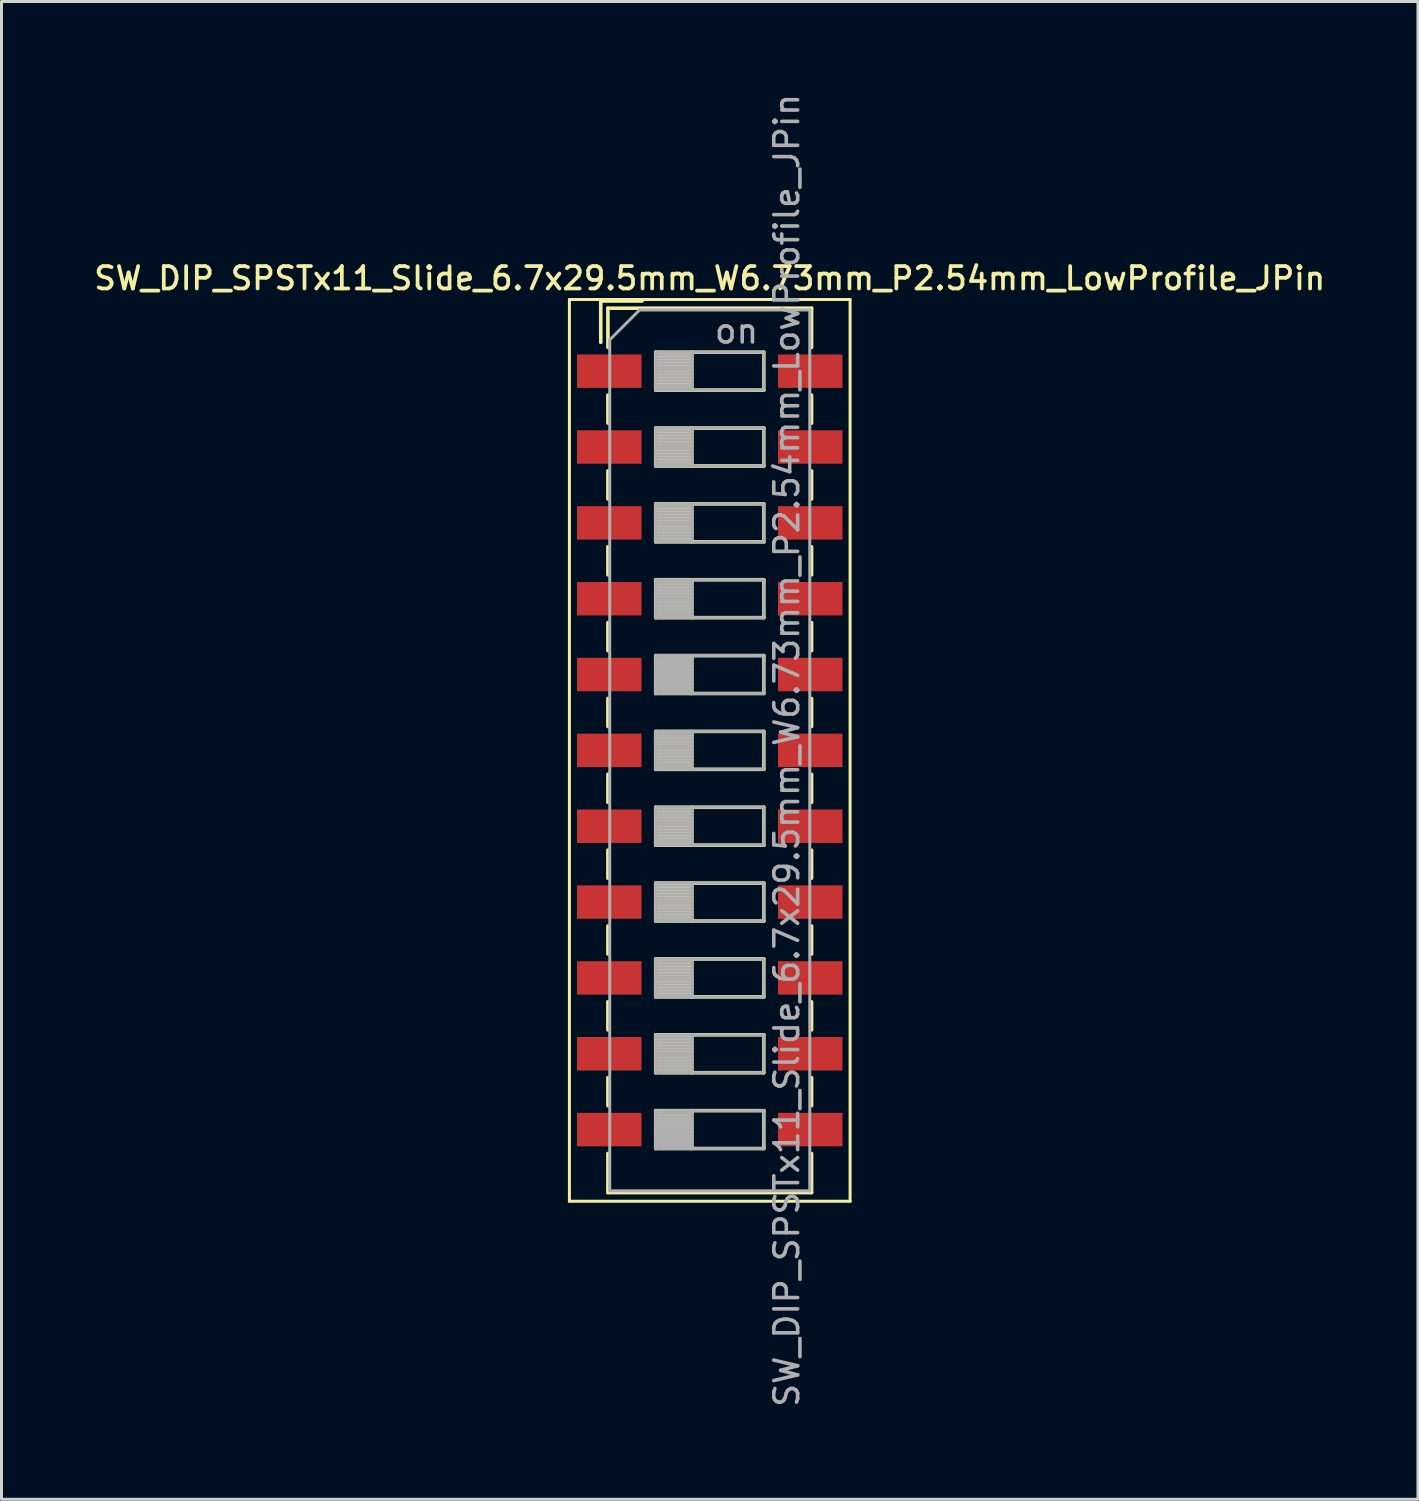
<source format=kicad_pcb>
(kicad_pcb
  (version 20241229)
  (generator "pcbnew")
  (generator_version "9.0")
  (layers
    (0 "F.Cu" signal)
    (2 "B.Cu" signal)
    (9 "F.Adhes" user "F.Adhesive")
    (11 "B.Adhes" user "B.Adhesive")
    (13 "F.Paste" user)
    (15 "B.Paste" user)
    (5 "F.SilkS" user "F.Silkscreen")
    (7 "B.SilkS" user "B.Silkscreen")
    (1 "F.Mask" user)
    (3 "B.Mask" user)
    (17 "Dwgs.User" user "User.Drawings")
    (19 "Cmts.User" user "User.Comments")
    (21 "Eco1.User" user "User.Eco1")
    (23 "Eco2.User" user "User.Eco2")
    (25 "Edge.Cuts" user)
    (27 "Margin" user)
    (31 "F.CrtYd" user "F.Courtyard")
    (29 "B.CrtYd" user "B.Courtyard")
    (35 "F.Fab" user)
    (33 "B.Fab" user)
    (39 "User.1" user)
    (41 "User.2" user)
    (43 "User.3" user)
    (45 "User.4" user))
  (footprint "SW_DIP_SPSTx11_Slide_6.7x29.5mm_W6.73mm_P2.54mm_LowProfile_JPin"
    (layer "F.Cu")
    (at 20.72 22.081)
    (property "Reference" "SW_DIP_SPSTx11_Slide_6.7x29.5mm_W6.73mm_P2.54mm_LowProfile_JPin" (at 0 -15.81 0) (layer "F.SilkS") (effects (font (size 0.75 0.75) (thickness 0.125))))
    (attr smd)
    (fp_line (start -4.7 -15.1) (end -4.7 15.1) (stroke (width 0.1) (type solid)) (layer "F.SilkS"))
    (fp_line (start -4.7 15.1) (end 4.7 15.1) (stroke (width 0.1) (type solid)) (layer "F.SilkS"))
    (fp_line (start -3.65 -15.05) (end -3.65 -13.667) (stroke (width 0.12) (type solid)) (layer "F.SilkS"))
    (fp_line (start -3.65 -15.05) (end -2.267 -15.05) (stroke (width 0.12) (type solid)) (layer "F.SilkS"))
    (fp_line (start -3.41 -14.81) (end -3.41 -13.5) (stroke (width 0.12) (type solid)) (layer "F.SilkS"))
    (fp_line (start -3.41 -14.81) (end 3.41 -14.81) (stroke (width 0.12) (type solid)) (layer "F.SilkS"))
    (fp_line (start -3.41 -11.9) (end -3.41 -10.96) (stroke (width 0.12) (type solid)) (layer "F.SilkS"))
    (fp_line (start -3.41 -9.36) (end -3.41 -8.42) (stroke (width 0.12) (type solid)) (layer "F.SilkS"))
    (fp_line (start -3.41 -6.82) (end -3.41 -5.88) (stroke (width 0.12) (type solid)) (layer "F.SilkS"))
    (fp_line (start -3.41 -4.28) (end -3.41 -3.34) (stroke (width 0.12) (type solid)) (layer "F.SilkS"))
    (fp_line (start -3.41 -1.74) (end -3.41 -0.8) (stroke (width 0.12) (type solid)) (layer "F.SilkS"))
    (fp_line (start -3.41 0.8) (end -3.41 1.74) (stroke (width 0.12) (type solid)) (layer "F.SilkS"))
    (fp_line (start -3.41 3.34) (end -3.41 4.28) (stroke (width 0.12) (type solid)) (layer "F.SilkS"))
    (fp_line (start -3.41 5.88) (end -3.41 6.82) (stroke (width 0.12) (type solid)) (layer "F.SilkS"))
    (fp_line (start -3.41 8.42) (end -3.41 9.36) (stroke (width 0.12) (type solid)) (layer "F.SilkS"))
    (fp_line (start -3.41 10.96) (end -3.41 11.9) (stroke (width 0.12) (type solid)) (layer "F.SilkS"))
    (fp_line (start -3.41 13.5) (end -3.41 14.81) (stroke (width 0.12) (type solid)) (layer "F.SilkS"))
    (fp_line (start -3.41 14.81) (end 3.41 14.81) (stroke (width 0.12) (type solid)) (layer "F.SilkS"))
    (fp_line (start -1.81 -13.335) (end -1.81 -12.065) (stroke (width 0.12) (type solid)) (layer "F.SilkS"))
    (fp_line (start -1.81 -13.215) (end -0.603 -13.215) (stroke (width 0.12) (type solid)) (layer "F.SilkS"))
    (fp_line (start -1.81 -13.095) (end -0.603 -13.095) (stroke (width 0.12) (type solid)) (layer "F.SilkS"))
    (fp_line (start -1.81 -12.975) (end -0.603 -12.975) (stroke (width 0.12) (type solid)) (layer "F.SilkS"))
    (fp_line (start -1.81 -12.855) (end -0.603 -12.855) (stroke (width 0.12) (type solid)) (layer "F.SilkS"))
    (fp_line (start -1.81 -12.735) (end -0.603 -12.735) (stroke (width 0.12) (type solid)) (layer "F.SilkS"))
    (fp_line (start -1.81 -12.615) (end -0.603 -12.615) (stroke (width 0.12) (type solid)) (layer "F.SilkS"))
    (fp_line (start -1.81 -12.495) (end -0.603 -12.495) (stroke (width 0.12) (type solid)) (layer "F.SilkS"))
    (fp_line (start -1.81 -12.375) (end -0.603 -12.375) (stroke (width 0.12) (type solid)) (layer "F.SilkS"))
    (fp_line (start -1.81 -12.255) (end -0.603 -12.255) (stroke (width 0.12) (type solid)) (layer "F.SilkS"))
    (fp_line (start -1.81 -12.135) (end -0.603 -12.135) (stroke (width 0.12) (type solid)) (layer "F.SilkS"))
    (fp_line (start -1.81 -12.065) (end 1.81 -12.065) (stroke (width 0.12) (type solid)) (layer "F.SilkS"))
    (fp_line (start -1.81 -10.795) (end -1.81 -9.525) (stroke (width 0.12) (type solid)) (layer "F.SilkS"))
    (fp_line (start -1.81 -10.675) (end -0.603 -10.675) (stroke (width 0.12) (type solid)) (layer "F.SilkS"))
    (fp_line (start -1.81 -10.555) (end -0.603 -10.555) (stroke (width 0.12) (type solid)) (layer "F.SilkS"))
    (fp_line (start -1.81 -10.435) (end -0.603 -10.435) (stroke (width 0.12) (type solid)) (layer "F.SilkS"))
    (fp_line (start -1.81 -10.315) (end -0.603 -10.315) (stroke (width 0.12) (type solid)) (layer "F.SilkS"))
    (fp_line (start -1.81 -10.195) (end -0.603 -10.195) (stroke (width 0.12) (type solid)) (layer "F.SilkS"))
    (fp_line (start -1.81 -10.075) (end -0.603 -10.075) (stroke (width 0.12) (type solid)) (layer "F.SilkS"))
    (fp_line (start -1.81 -9.955) (end -0.603 -9.955) (stroke (width 0.12) (type solid)) (layer "F.SilkS"))
    (fp_line (start -1.81 -9.835) (end -0.603 -9.835) (stroke (width 0.12) (type solid)) (layer "F.SilkS"))
    (fp_line (start -1.81 -9.715) (end -0.603 -9.715) (stroke (width 0.12) (type solid)) (layer "F.SilkS"))
    (fp_line (start -1.81 -9.595) (end -0.603 -9.595) (stroke (width 0.12) (type solid)) (layer "F.SilkS"))
    (fp_line (start -1.81 -9.525) (end 1.81 -9.525) (stroke (width 0.12) (type solid)) (layer "F.SilkS"))
    (fp_line (start -1.81 -8.255) (end -1.81 -6.985) (stroke (width 0.12) (type solid)) (layer "F.SilkS"))
    (fp_line (start -1.81 -8.135) (end -0.603 -8.135) (stroke (width 0.12) (type solid)) (layer "F.SilkS"))
    (fp_line (start -1.81 -8.015) (end -0.603 -8.015) (stroke (width 0.12) (type solid)) (layer "F.SilkS"))
    (fp_line (start -1.81 -7.895) (end -0.603 -7.895) (stroke (width 0.12) (type solid)) (layer "F.SilkS"))
    (fp_line (start -1.81 -7.775) (end -0.603 -7.775) (stroke (width 0.12) (type solid)) (layer "F.SilkS"))
    (fp_line (start -1.81 -7.655) (end -0.603 -7.655) (stroke (width 0.12) (type solid)) (layer "F.SilkS"))
    (fp_line (start -1.81 -7.535) (end -0.603 -7.535) (stroke (width 0.12) (type solid)) (layer "F.SilkS"))
    (fp_line (start -1.81 -7.415) (end -0.603 -7.415) (stroke (width 0.12) (type solid)) (layer "F.SilkS"))
    (fp_line (start -1.81 -7.295) (end -0.603 -7.295) (stroke (width 0.12) (type solid)) (layer "F.SilkS"))
    (fp_line (start -1.81 -7.175) (end -0.603 -7.175) (stroke (width 0.12) (type solid)) (layer "F.SilkS"))
    (fp_line (start -1.81 -7.055) (end -0.603 -7.055) (stroke (width 0.12) (type solid)) (layer "F.SilkS"))
    (fp_line (start -1.81 -6.985) (end 1.81 -6.985) (stroke (width 0.12) (type solid)) (layer "F.SilkS"))
    (fp_line (start -1.81 -5.715) (end -1.81 -4.445) (stroke (width 0.12) (type solid)) (layer "F.SilkS"))
    (fp_line (start -1.81 -5.595) (end -0.603 -5.595) (stroke (width 0.12) (type solid)) (layer "F.SilkS"))
    (fp_line (start -1.81 -5.475) (end -0.603 -5.475) (stroke (width 0.12) (type solid)) (layer "F.SilkS"))
    (fp_line (start -1.81 -5.355) (end -0.603 -5.355) (stroke (width 0.12) (type solid)) (layer "F.SilkS"))
    (fp_line (start -1.81 -5.235) (end -0.603 -5.235) (stroke (width 0.12) (type solid)) (layer "F.SilkS"))
    (fp_line (start -1.81 -5.115) (end -0.603 -5.115) (stroke (width 0.12) (type solid)) (layer "F.SilkS"))
    (fp_line (start -1.81 -4.995) (end -0.603 -4.995) (stroke (width 0.12) (type solid)) (layer "F.SilkS"))
    (fp_line (start -1.81 -4.875) (end -0.603 -4.875) (stroke (width 0.12) (type solid)) (layer "F.SilkS"))
    (fp_line (start -1.81 -4.755) (end -0.603 -4.755) (stroke (width 0.12) (type solid)) (layer "F.SilkS"))
    (fp_line (start -1.81 -4.635) (end -0.603 -4.635) (stroke (width 0.12) (type solid)) (layer "F.SilkS"))
    (fp_line (start -1.81 -4.515) (end -0.603 -4.515) (stroke (width 0.12) (type solid)) (layer "F.SilkS"))
    (fp_line (start -1.81 -4.445) (end 1.81 -4.445) (stroke (width 0.12) (type solid)) (layer "F.SilkS"))
    (fp_line (start -1.81 -3.175) (end -1.81 -1.905) (stroke (width 0.12) (type solid)) (layer "F.SilkS"))
    (fp_line (start -1.81 -3.055) (end -0.603 -3.055) (stroke (width 0.12) (type solid)) (layer "F.SilkS"))
    (fp_line (start -1.81 -2.935) (end -0.603 -2.935) (stroke (width 0.12) (type solid)) (layer "F.SilkS"))
    (fp_line (start -1.81 -2.815) (end -0.603 -2.815) (stroke (width 0.12) (type solid)) (layer "F.SilkS"))
    (fp_line (start -1.81 -2.695) (end -0.603 -2.695) (stroke (width 0.12) (type solid)) (layer "F.SilkS"))
    (fp_line (start -1.81 -2.575) (end -0.603 -2.575) (stroke (width 0.12) (type solid)) (layer "F.SilkS"))
    (fp_line (start -1.81 -2.455) (end -0.603 -2.455) (stroke (width 0.12) (type solid)) (layer "F.SilkS"))
    (fp_line (start -1.81 -2.335) (end -0.603 -2.335) (stroke (width 0.12) (type solid)) (layer "F.SilkS"))
    (fp_line (start -1.81 -2.215) (end -0.603 -2.215) (stroke (width 0.12) (type solid)) (layer "F.SilkS"))
    (fp_line (start -1.81 -2.095) (end -0.603 -2.095) (stroke (width 0.12) (type solid)) (layer "F.SilkS"))
    (fp_line (start -1.81 -1.975) (end -0.603 -1.975) (stroke (width 0.12) (type solid)) (layer "F.SilkS"))
    (fp_line (start -1.81 -1.905) (end 1.81 -1.905) (stroke (width 0.12) (type solid)) (layer "F.SilkS"))
    (fp_line (start -1.81 -0.635) (end -1.81 0.635) (stroke (width 0.12) (type solid)) (layer "F.SilkS"))
    (fp_line (start -1.81 -0.515) (end -0.603 -0.515) (stroke (width 0.12) (type solid)) (layer "F.SilkS"))
    (fp_line (start -1.81 -0.395) (end -0.603 -0.395) (stroke (width 0.12) (type solid)) (layer "F.SilkS"))
    (fp_line (start -1.81 -0.275) (end -0.603 -0.275) (stroke (width 0.12) (type solid)) (layer "F.SilkS"))
    (fp_line (start -1.81 -0.155) (end -0.603 -0.155) (stroke (width 0.12) (type solid)) (layer "F.SilkS"))
    (fp_line (start -1.81 -0.035) (end -0.603 -0.035) (stroke (width 0.12) (type solid)) (layer "F.SilkS"))
    (fp_line (start -1.81 0.085) (end -0.603 0.085) (stroke (width 0.12) (type solid)) (layer "F.SilkS"))
    (fp_line (start -1.81 0.205) (end -0.603 0.205) (stroke (width 0.12) (type solid)) (layer "F.SilkS"))
    (fp_line (start -1.81 0.325) (end -0.603 0.325) (stroke (width 0.12) (type solid)) (layer "F.SilkS"))
    (fp_line (start -1.81 0.445) (end -0.603 0.445) (stroke (width 0.12) (type solid)) (layer "F.SilkS"))
    (fp_line (start -1.81 0.565) (end -0.603 0.565) (stroke (width 0.12) (type solid)) (layer "F.SilkS"))
    (fp_line (start -1.81 0.635) (end 1.81 0.635) (stroke (width 0.12) (type solid)) (layer "F.SilkS"))
    (fp_line (start -1.81 1.905) (end -1.81 3.175) (stroke (width 0.12) (type solid)) (layer "F.SilkS"))
    (fp_line (start -1.81 2.025) (end -0.603 2.025) (stroke (width 0.12) (type solid)) (layer "F.SilkS"))
    (fp_line (start -1.81 2.145) (end -0.603 2.145) (stroke (width 0.12) (type solid)) (layer "F.SilkS"))
    (fp_line (start -1.81 2.265) (end -0.603 2.265) (stroke (width 0.12) (type solid)) (layer "F.SilkS"))
    (fp_line (start -1.81 2.385) (end -0.603 2.385) (stroke (width 0.12) (type solid)) (layer "F.SilkS"))
    (fp_line (start -1.81 2.505) (end -0.603 2.505) (stroke (width 0.12) (type solid)) (layer "F.SilkS"))
    (fp_line (start -1.81 2.625) (end -0.603 2.625) (stroke (width 0.12) (type solid)) (layer "F.SilkS"))
    (fp_line (start -1.81 2.745) (end -0.603 2.745) (stroke (width 0.12) (type solid)) (layer "F.SilkS"))
    (fp_line (start -1.81 2.865) (end -0.603 2.865) (stroke (width 0.12) (type solid)) (layer "F.SilkS"))
    (fp_line (start -1.81 2.985) (end -0.603 2.985) (stroke (width 0.12) (type solid)) (layer "F.SilkS"))
    (fp_line (start -1.81 3.105) (end -0.603 3.105) (stroke (width 0.12) (type solid)) (layer "F.SilkS"))
    (fp_line (start -1.81 3.175) (end 1.81 3.175) (stroke (width 0.12) (type solid)) (layer "F.SilkS"))
    (fp_line (start -1.81 4.445) (end -1.81 5.715) (stroke (width 0.12) (type solid)) (layer "F.SilkS"))
    (fp_line (start -1.81 4.565) (end -0.603 4.565) (stroke (width 0.12) (type solid)) (layer "F.SilkS"))
    (fp_line (start -1.81 4.685) (end -0.603 4.685) (stroke (width 0.12) (type solid)) (layer "F.SilkS"))
    (fp_line (start -1.81 4.805) (end -0.603 4.805) (stroke (width 0.12) (type solid)) (layer "F.SilkS"))
    (fp_line (start -1.81 4.925) (end -0.603 4.925) (stroke (width 0.12) (type solid)) (layer "F.SilkS"))
    (fp_line (start -1.81 5.045) (end -0.603 5.045) (stroke (width 0.12) (type solid)) (layer "F.SilkS"))
    (fp_line (start -1.81 5.165) (end -0.603 5.165) (stroke (width 0.12) (type solid)) (layer "F.SilkS"))
    (fp_line (start -1.81 5.285) (end -0.603 5.285) (stroke (width 0.12) (type solid)) (layer "F.SilkS"))
    (fp_line (start -1.81 5.405) (end -0.603 5.405) (stroke (width 0.12) (type solid)) (layer "F.SilkS"))
    (fp_line (start -1.81 5.525) (end -0.603 5.525) (stroke (width 0.12) (type solid)) (layer "F.SilkS"))
    (fp_line (start -1.81 5.645) (end -0.603 5.645) (stroke (width 0.12) (type solid)) (layer "F.SilkS"))
    (fp_line (start -1.81 5.715) (end 1.81 5.715) (stroke (width 0.12) (type solid)) (layer "F.SilkS"))
    (fp_line (start -1.81 6.985) (end -1.81 8.255) (stroke (width 0.12) (type solid)) (layer "F.SilkS"))
    (fp_line (start -1.81 7.105) (end -0.603 7.105) (stroke (width 0.12) (type solid)) (layer "F.SilkS"))
    (fp_line (start -1.81 7.225) (end -0.603 7.225) (stroke (width 0.12) (type solid)) (layer "F.SilkS"))
    (fp_line (start -1.81 7.345) (end -0.603 7.345) (stroke (width 0.12) (type solid)) (layer "F.SilkS"))
    (fp_line (start -1.81 7.465) (end -0.603 7.465) (stroke (width 0.12) (type solid)) (layer "F.SilkS"))
    (fp_line (start -1.81 7.585) (end -0.603 7.585) (stroke (width 0.12) (type solid)) (layer "F.SilkS"))
    (fp_line (start -1.81 7.705) (end -0.603 7.705) (stroke (width 0.12) (type solid)) (layer "F.SilkS"))
    (fp_line (start -1.81 7.825) (end -0.603 7.825) (stroke (width 0.12) (type solid)) (layer "F.SilkS"))
    (fp_line (start -1.81 7.945) (end -0.603 7.945) (stroke (width 0.12) (type solid)) (layer "F.SilkS"))
    (fp_line (start -1.81 8.065) (end -0.603 8.065) (stroke (width 0.12) (type solid)) (layer "F.SilkS"))
    (fp_line (start -1.81 8.185) (end -0.603 8.185) (stroke (width 0.12) (type solid)) (layer "F.SilkS"))
    (fp_line (start -1.81 8.255) (end 1.81 8.255) (stroke (width 0.12) (type solid)) (layer "F.SilkS"))
    (fp_line (start -1.81 9.525) (end -1.81 10.795) (stroke (width 0.12) (type solid)) (layer "F.SilkS"))
    (fp_line (start -1.81 9.645) (end -0.603 9.645) (stroke (width 0.12) (type solid)) (layer "F.SilkS"))
    (fp_line (start -1.81 9.765) (end -0.603 9.765) (stroke (width 0.12) (type solid)) (layer "F.SilkS"))
    (fp_line (start -1.81 9.885) (end -0.603 9.885) (stroke (width 0.12) (type solid)) (layer "F.SilkS"))
    (fp_line (start -1.81 10.005) (end -0.603 10.005) (stroke (width 0.12) (type solid)) (layer "F.SilkS"))
    (fp_line (start -1.81 10.125) (end -0.603 10.125) (stroke (width 0.12) (type solid)) (layer "F.SilkS"))
    (fp_line (start -1.81 10.245) (end -0.603 10.245) (stroke (width 0.12) (type solid)) (layer "F.SilkS"))
    (fp_line (start -1.81 10.365) (end -0.603 10.365) (stroke (width 0.12) (type solid)) (layer "F.SilkS"))
    (fp_line (start -1.81 10.485) (end -0.603 10.485) (stroke (width 0.12) (type solid)) (layer "F.SilkS"))
    (fp_line (start -1.81 10.605) (end -0.603 10.605) (stroke (width 0.12) (type solid)) (layer "F.SilkS"))
    (fp_line (start -1.81 10.725) (end -0.603 10.725) (stroke (width 0.12) (type solid)) (layer "F.SilkS"))
    (fp_line (start -1.81 10.795) (end 1.81 10.795) (stroke (width 0.12) (type solid)) (layer "F.SilkS"))
    (fp_line (start -1.81 12.065) (end -1.81 13.335) (stroke (width 0.12) (type solid)) (layer "F.SilkS"))
    (fp_line (start -1.81 12.185) (end -0.603 12.185) (stroke (width 0.12) (type solid)) (layer "F.SilkS"))
    (fp_line (start -1.81 12.305) (end -0.603 12.305) (stroke (width 0.12) (type solid)) (layer "F.SilkS"))
    (fp_line (start -1.81 12.425) (end -0.603 12.425) (stroke (width 0.12) (type solid)) (layer "F.SilkS"))
    (fp_line (start -1.81 12.545) (end -0.603 12.545) (stroke (width 0.12) (type solid)) (layer "F.SilkS"))
    (fp_line (start -1.81 12.665) (end -0.603 12.665) (stroke (width 0.12) (type solid)) (layer "F.SilkS"))
    (fp_line (start -1.81 12.785) (end -0.603 12.785) (stroke (width 0.12) (type solid)) (layer "F.SilkS"))
    (fp_line (start -1.81 12.905) (end -0.603 12.905) (stroke (width 0.12) (type solid)) (layer "F.SilkS"))
    (fp_line (start -1.81 13.025) (end -0.603 13.025) (stroke (width 0.12) (type solid)) (layer "F.SilkS"))
    (fp_line (start -1.81 13.145) (end -0.603 13.145) (stroke (width 0.12) (type solid)) (layer "F.SilkS"))
    (fp_line (start -1.81 13.265) (end -0.603 13.265) (stroke (width 0.12) (type solid)) (layer "F.SilkS"))
    (fp_line (start -1.81 13.335) (end 1.81 13.335) (stroke (width 0.12) (type solid)) (layer "F.SilkS"))
    (fp_line (start -0.603 -13.335) (end -0.603 -12.065) (stroke (width 0.12) (type solid)) (layer "F.SilkS"))
    (fp_line (start -0.603 -10.795) (end -0.603 -9.525) (stroke (width 0.12) (type solid)) (layer "F.SilkS"))
    (fp_line (start -0.603 -8.255) (end -0.603 -6.985) (stroke (width 0.12) (type solid)) (layer "F.SilkS"))
    (fp_line (start -0.603 -5.715) (end -0.603 -4.445) (stroke (width 0.12) (type solid)) (layer "F.SilkS"))
    (fp_line (start -0.603 -3.175) (end -0.603 -1.905) (stroke (width 0.12) (type solid)) (layer "F.SilkS"))
    (fp_line (start -0.603 -0.635) (end -0.603 0.635) (stroke (width 0.12) (type solid)) (layer "F.SilkS"))
    (fp_line (start -0.603 1.905) (end -0.603 3.175) (stroke (width 0.12) (type solid)) (layer "F.SilkS"))
    (fp_line (start -0.603 4.445) (end -0.603 5.715) (stroke (width 0.12) (type solid)) (layer "F.SilkS"))
    (fp_line (start -0.603 6.985) (end -0.603 8.255) (stroke (width 0.12) (type solid)) (layer "F.SilkS"))
    (fp_line (start -0.603 9.525) (end -0.603 10.795) (stroke (width 0.12) (type solid)) (layer "F.SilkS"))
    (fp_line (start -0.603 12.065) (end -0.603 13.335) (stroke (width 0.12) (type solid)) (layer "F.SilkS"))
    (fp_line (start 1.81 -13.335) (end -1.81 -13.335) (stroke (width 0.12) (type solid)) (layer "F.SilkS"))
    (fp_line (start 1.81 -12.065) (end 1.81 -13.335) (stroke (width 0.12) (type solid)) (layer "F.SilkS"))
    (fp_line (start 1.81 -10.795) (end -1.81 -10.795) (stroke (width 0.12) (type solid)) (layer "F.SilkS"))
    (fp_line (start 1.81 -9.525) (end 1.81 -10.795) (stroke (width 0.12) (type solid)) (layer "F.SilkS"))
    (fp_line (start 1.81 -8.255) (end -1.81 -8.255) (stroke (width 0.12) (type solid)) (layer "F.SilkS"))
    (fp_line (start 1.81 -6.985) (end 1.81 -8.255) (stroke (width 0.12) (type solid)) (layer "F.SilkS"))
    (fp_line (start 1.81 -5.715) (end -1.81 -5.715) (stroke (width 0.12) (type solid)) (layer "F.SilkS"))
    (fp_line (start 1.81 -4.445) (end 1.81 -5.715) (stroke (width 0.12) (type solid)) (layer "F.SilkS"))
    (fp_line (start 1.81 -3.175) (end -1.81 -3.175) (stroke (width 0.12) (type solid)) (layer "F.SilkS"))
    (fp_line (start 1.81 -1.905) (end 1.81 -3.175) (stroke (width 0.12) (type solid)) (layer "F.SilkS"))
    (fp_line (start 1.81 -0.635) (end -1.81 -0.635) (stroke (width 0.12) (type solid)) (layer "F.SilkS"))
    (fp_line (start 1.81 0.635) (end 1.81 -0.635) (stroke (width 0.12) (type solid)) (layer "F.SilkS"))
    (fp_line (start 1.81 1.905) (end -1.81 1.905) (stroke (width 0.12) (type solid)) (layer "F.SilkS"))
    (fp_line (start 1.81 3.175) (end 1.81 1.905) (stroke (width 0.12) (type solid)) (layer "F.SilkS"))
    (fp_line (start 1.81 4.445) (end -1.81 4.445) (stroke (width 0.12) (type solid)) (layer "F.SilkS"))
    (fp_line (start 1.81 5.715) (end 1.81 4.445) (stroke (width 0.12) (type solid)) (layer "F.SilkS"))
    (fp_line (start 1.81 6.985) (end -1.81 6.985) (stroke (width 0.12) (type solid)) (layer "F.SilkS"))
    (fp_line (start 1.81 8.255) (end 1.81 6.985) (stroke (width 0.12) (type solid)) (layer "F.SilkS"))
    (fp_line (start 1.81 9.525) (end -1.81 9.525) (stroke (width 0.12) (type solid)) (layer "F.SilkS"))
    (fp_line (start 1.81 10.795) (end 1.81 9.525) (stroke (width 0.12) (type solid)) (layer "F.SilkS"))
    (fp_line (start 1.81 12.065) (end -1.81 12.065) (stroke (width 0.12) (type solid)) (layer "F.SilkS"))
    (fp_line (start 1.81 13.335) (end 1.81 12.065) (stroke (width 0.12) (type solid)) (layer "F.SilkS"))
    (fp_line (start 3.41 -14.81) (end 3.41 -13.5) (stroke (width 0.12) (type solid)) (layer "F.SilkS"))
    (fp_line (start 3.41 -11.899) (end 3.41 -10.959) (stroke (width 0.12) (type solid)) (layer "F.SilkS"))
    (fp_line (start 3.41 -9.359) (end 3.41 -8.419) (stroke (width 0.12) (type solid)) (layer "F.SilkS"))
    (fp_line (start 3.41 -6.819) (end 3.41 -5.879) (stroke (width 0.12) (type solid)) (layer "F.SilkS"))
    (fp_line (start 3.41 -4.279) (end 3.41 -3.339) (stroke (width 0.12) (type solid)) (layer "F.SilkS"))
    (fp_line (start 3.41 -1.739) (end 3.41 -0.799) (stroke (width 0.12) (type solid)) (layer "F.SilkS"))
    (fp_line (start 3.41 0.801) (end 3.41 1.741) (stroke (width 0.12) (type solid)) (layer "F.SilkS"))
    (fp_line (start 3.41 3.341) (end 3.41 4.28) (stroke (width 0.12) (type solid)) (layer "F.SilkS"))
    (fp_line (start 3.41 5.88) (end 3.41 6.82) (stroke (width 0.12) (type solid)) (layer "F.SilkS"))
    (fp_line (start 3.41 8.42) (end 3.41 9.36) (stroke (width 0.12) (type solid)) (layer "F.SilkS"))
    (fp_line (start 3.41 10.96) (end 3.41 11.9) (stroke (width 0.12) (type solid)) (layer "F.SilkS"))
    (fp_line (start 3.41 13.5) (end 3.41 14.81) (stroke (width 0.12) (type solid)) (layer "F.SilkS"))
    (fp_line (start 4.7 -15.1) (end -4.7 -15.1) (stroke (width 0.1) (type solid)) (layer "F.SilkS"))
    (fp_line (start 4.7 15.1) (end 4.7 -15.1) (stroke (width 0.1) (type solid)) (layer "F.SilkS"))
    (fp_line (start -3.35 -13.75) (end -2.35 -14.75) (stroke (width 0.1) (type solid)) (layer "F.Fab"))
    (fp_line (start -3.35 14.75) (end -3.35 -13.75) (stroke (width 0.1) (type solid)) (layer "F.Fab"))
    (fp_line (start -2.35 -14.75) (end 3.35 -14.75) (stroke (width 0.1) (type solid)) (layer "F.Fab"))
    (fp_line (start -1.81 -13.335) (end -1.81 -12.065) (stroke (width 0.1) (type solid)) (layer "F.Fab"))
    (fp_line (start -1.81 -13.235) (end -0.603 -13.235) (stroke (width 0.1) (type solid)) (layer "F.Fab"))
    (fp_line (start -1.81 -13.135) (end -0.603 -13.135) (stroke (width 0.1) (type solid)) (layer "F.Fab"))
    (fp_line (start -1.81 -13.035) (end -0.603 -13.035) (stroke (width 0.1) (type solid)) (layer "F.Fab"))
    (fp_line (start -1.81 -12.935) (end -0.603 -12.935) (stroke (width 0.1) (type solid)) (layer "F.Fab"))
    (fp_line (start -1.81 -12.835) (end -0.603 -12.835) (stroke (width 0.1) (type solid)) (layer "F.Fab"))
    (fp_line (start -1.81 -12.735) (end -0.603 -12.735) (stroke (width 0.1) (type solid)) (layer "F.Fab"))
    (fp_line (start -1.81 -12.635) (end -0.603 -12.635) (stroke (width 0.1) (type solid)) (layer "F.Fab"))
    (fp_line (start -1.81 -12.535) (end -0.603 -12.535) (stroke (width 0.1) (type solid)) (layer "F.Fab"))
    (fp_line (start -1.81 -12.435) (end -0.603 -12.435) (stroke (width 0.1) (type solid)) (layer "F.Fab"))
    (fp_line (start -1.81 -12.335) (end -0.603 -12.335) (stroke (width 0.1) (type solid)) (layer "F.Fab"))
    (fp_line (start -1.81 -12.235) (end -0.603 -12.235) (stroke (width 0.1) (type solid)) (layer "F.Fab"))
    (fp_line (start -1.81 -12.135) (end -0.603 -12.135) (stroke (width 0.1) (type solid)) (layer "F.Fab"))
    (fp_line (start -1.81 -12.065) (end 1.81 -12.065) (stroke (width 0.1) (type solid)) (layer "F.Fab"))
    (fp_line (start -1.81 -10.795) (end -1.81 -9.525) (stroke (width 0.1) (type solid)) (layer "F.Fab"))
    (fp_line (start -1.81 -10.695) (end -0.603 -10.695) (stroke (width 0.1) (type solid)) (layer "F.Fab"))
    (fp_line (start -1.81 -10.595) (end -0.603 -10.595) (stroke (width 0.1) (type solid)) (layer "F.Fab"))
    (fp_line (start -1.81 -10.495) (end -0.603 -10.495) (stroke (width 0.1) (type solid)) (layer "F.Fab"))
    (fp_line (start -1.81 -10.395) (end -0.603 -10.395) (stroke (width 0.1) (type solid)) (layer "F.Fab"))
    (fp_line (start -1.81 -10.295) (end -0.603 -10.295) (stroke (width 0.1) (type solid)) (layer "F.Fab"))
    (fp_line (start -1.81 -10.195) (end -0.603 -10.195) (stroke (width 0.1) (type solid)) (layer "F.Fab"))
    (fp_line (start -1.81 -10.095) (end -0.603 -10.095) (stroke (width 0.1) (type solid)) (layer "F.Fab"))
    (fp_line (start -1.81 -9.995) (end -0.603 -9.995) (stroke (width 0.1) (type solid)) (layer "F.Fab"))
    (fp_line (start -1.81 -9.895) (end -0.603 -9.895) (stroke (width 0.1) (type solid)) (layer "F.Fab"))
    (fp_line (start -1.81 -9.795) (end -0.603 -9.795) (stroke (width 0.1) (type solid)) (layer "F.Fab"))
    (fp_line (start -1.81 -9.695) (end -0.603 -9.695) (stroke (width 0.1) (type solid)) (layer "F.Fab"))
    (fp_line (start -1.81 -9.595) (end -0.603 -9.595) (stroke (width 0.1) (type solid)) (layer "F.Fab"))
    (fp_line (start -1.81 -9.525) (end 1.81 -9.525) (stroke (width 0.1) (type solid)) (layer "F.Fab"))
    (fp_line (start -1.81 -8.255) (end -1.81 -6.985) (stroke (width 0.1) (type solid)) (layer "F.Fab"))
    (fp_line (start -1.81 -8.155) (end -0.603 -8.155) (stroke (width 0.1) (type solid)) (layer "F.Fab"))
    (fp_line (start -1.81 -8.055) (end -0.603 -8.055) (stroke (width 0.1) (type solid)) (layer "F.Fab"))
    (fp_line (start -1.81 -7.955) (end -0.603 -7.955) (stroke (width 0.1) (type solid)) (layer "F.Fab"))
    (fp_line (start -1.81 -7.855) (end -0.603 -7.855) (stroke (width 0.1) (type solid)) (layer "F.Fab"))
    (fp_line (start -1.81 -7.755) (end -0.603 -7.755) (stroke (width 0.1) (type solid)) (layer "F.Fab"))
    (fp_line (start -1.81 -7.655) (end -0.603 -7.655) (stroke (width 0.1) (type solid)) (layer "F.Fab"))
    (fp_line (start -1.81 -7.555) (end -0.603 -7.555) (stroke (width 0.1) (type solid)) (layer "F.Fab"))
    (fp_line (start -1.81 -7.455) (end -0.603 -7.455) (stroke (width 0.1) (type solid)) (layer "F.Fab"))
    (fp_line (start -1.81 -7.355) (end -0.603 -7.355) (stroke (width 0.1) (type solid)) (layer "F.Fab"))
    (fp_line (start -1.81 -7.255) (end -0.603 -7.255) (stroke (width 0.1) (type solid)) (layer "F.Fab"))
    (fp_line (start -1.81 -7.155) (end -0.603 -7.155) (stroke (width 0.1) (type solid)) (layer "F.Fab"))
    (fp_line (start -1.81 -7.055) (end -0.603 -7.055) (stroke (width 0.1) (type solid)) (layer "F.Fab"))
    (fp_line (start -1.81 -6.985) (end 1.81 -6.985) (stroke (width 0.1) (type solid)) (layer "F.Fab"))
    (fp_line (start -1.81 -5.715) (end -1.81 -4.445) (stroke (width 0.1) (type solid)) (layer "F.Fab"))
    (fp_line (start -1.81 -5.615) (end -0.603 -5.615) (stroke (width 0.1) (type solid)) (layer "F.Fab"))
    (fp_line (start -1.81 -5.515) (end -0.603 -5.515) (stroke (width 0.1) (type solid)) (layer "F.Fab"))
    (fp_line (start -1.81 -5.415) (end -0.603 -5.415) (stroke (width 0.1) (type solid)) (layer "F.Fab"))
    (fp_line (start -1.81 -5.315) (end -0.603 -5.315) (stroke (width 0.1) (type solid)) (layer "F.Fab"))
    (fp_line (start -1.81 -5.215) (end -0.603 -5.215) (stroke (width 0.1) (type solid)) (layer "F.Fab"))
    (fp_line (start -1.81 -5.115) (end -0.603 -5.115) (stroke (width 0.1) (type solid)) (layer "F.Fab"))
    (fp_line (start -1.81 -5.015) (end -0.603 -5.015) (stroke (width 0.1) (type solid)) (layer "F.Fab"))
    (fp_line (start -1.81 -4.915) (end -0.603 -4.915) (stroke (width 0.1) (type solid)) (layer "F.Fab"))
    (fp_line (start -1.81 -4.815) (end -0.603 -4.815) (stroke (width 0.1) (type solid)) (layer "F.Fab"))
    (fp_line (start -1.81 -4.715) (end -0.603 -4.715) (stroke (width 0.1) (type solid)) (layer "F.Fab"))
    (fp_line (start -1.81 -4.615) (end -0.603 -4.615) (stroke (width 0.1) (type solid)) (layer "F.Fab"))
    (fp_line (start -1.81 -4.515) (end -0.603 -4.515) (stroke (width 0.1) (type solid)) (layer "F.Fab"))
    (fp_line (start -1.81 -4.445) (end 1.81 -4.445) (stroke (width 0.1) (type solid)) (layer "F.Fab"))
    (fp_line (start -1.81 -3.175) (end -1.81 -1.905) (stroke (width 0.1) (type solid)) (layer "F.Fab"))
    (fp_line (start -1.81 -3.075) (end -0.603 -3.075) (stroke (width 0.1) (type solid)) (layer "F.Fab"))
    (fp_line (start -1.81 -2.975) (end -0.603 -2.975) (stroke (width 0.1) (type solid)) (layer "F.Fab"))
    (fp_line (start -1.81 -2.875) (end -0.603 -2.875) (stroke (width 0.1) (type solid)) (layer "F.Fab"))
    (fp_line (start -1.81 -2.775) (end -0.603 -2.775) (stroke (width 0.1) (type solid)) (layer "F.Fab"))
    (fp_line (start -1.81 -2.675) (end -0.603 -2.675) (stroke (width 0.1) (type solid)) (layer "F.Fab"))
    (fp_line (start -1.81 -2.575) (end -0.603 -2.575) (stroke (width 0.1) (type solid)) (layer "F.Fab"))
    (fp_line (start -1.81 -2.475) (end -0.603 -2.475) (stroke (width 0.1) (type solid)) (layer "F.Fab"))
    (fp_line (start -1.81 -2.375) (end -0.603 -2.375) (stroke (width 0.1) (type solid)) (layer "F.Fab"))
    (fp_line (start -1.81 -2.275) (end -0.603 -2.275) (stroke (width 0.1) (type solid)) (layer "F.Fab"))
    (fp_line (start -1.81 -2.175) (end -0.603 -2.175) (stroke (width 0.1) (type solid)) (layer "F.Fab"))
    (fp_line (start -1.81 -2.075) (end -0.603 -2.075) (stroke (width 0.1) (type solid)) (layer "F.Fab"))
    (fp_line (start -1.81 -1.975) (end -0.603 -1.975) (stroke (width 0.1) (type solid)) (layer "F.Fab"))
    (fp_line (start -1.81 -1.905) (end 1.81 -1.905) (stroke (width 0.1) (type solid)) (layer "F.Fab"))
    (fp_line (start -1.81 -0.635) (end -1.81 0.635) (stroke (width 0.1) (type solid)) (layer "F.Fab"))
    (fp_line (start -1.81 -0.535) (end -0.603 -0.535) (stroke (width 0.1) (type solid)) (layer "F.Fab"))
    (fp_line (start -1.81 -0.435) (end -0.603 -0.435) (stroke (width 0.1) (type solid)) (layer "F.Fab"))
    (fp_line (start -1.81 -0.335) (end -0.603 -0.335) (stroke (width 0.1) (type solid)) (layer "F.Fab"))
    (fp_line (start -1.81 -0.235) (end -0.603 -0.235) (stroke (width 0.1) (type solid)) (layer "F.Fab"))
    (fp_line (start -1.81 -0.135) (end -0.603 -0.135) (stroke (width 0.1) (type solid)) (layer "F.Fab"))
    (fp_line (start -1.81 -0.035) (end -0.603 -0.035) (stroke (width 0.1) (type solid)) (layer "F.Fab"))
    (fp_line (start -1.81 0.065) (end -0.603 0.065) (stroke (width 0.1) (type solid)) (layer "F.Fab"))
    (fp_line (start -1.81 0.165) (end -0.603 0.165) (stroke (width 0.1) (type solid)) (layer "F.Fab"))
    (fp_line (start -1.81 0.265) (end -0.603 0.265) (stroke (width 0.1) (type solid)) (layer "F.Fab"))
    (fp_line (start -1.81 0.365) (end -0.603 0.365) (stroke (width 0.1) (type solid)) (layer "F.Fab"))
    (fp_line (start -1.81 0.465) (end -0.603 0.465) (stroke (width 0.1) (type solid)) (layer "F.Fab"))
    (fp_line (start -1.81 0.565) (end -0.603 0.565) (stroke (width 0.1) (type solid)) (layer "F.Fab"))
    (fp_line (start -1.81 0.635) (end 1.81 0.635) (stroke (width 0.1) (type solid)) (layer "F.Fab"))
    (fp_line (start -1.81 1.905) (end -1.81 3.175) (stroke (width 0.1) (type solid)) (layer "F.Fab"))
    (fp_line (start -1.81 2.005) (end -0.603 2.005) (stroke (width 0.1) (type solid)) (layer "F.Fab"))
    (fp_line (start -1.81 2.105) (end -0.603 2.105) (stroke (width 0.1) (type solid)) (layer "F.Fab"))
    (fp_line (start -1.81 2.205) (end -0.603 2.205) (stroke (width 0.1) (type solid)) (layer "F.Fab"))
    (fp_line (start -1.81 2.305) (end -0.603 2.305) (stroke (width 0.1) (type solid)) (layer "F.Fab"))
    (fp_line (start -1.81 2.405) (end -0.603 2.405) (stroke (width 0.1) (type solid)) (layer "F.Fab"))
    (fp_line (start -1.81 2.505) (end -0.603 2.505) (stroke (width 0.1) (type solid)) (layer "F.Fab"))
    (fp_line (start -1.81 2.605) (end -0.603 2.605) (stroke (width 0.1) (type solid)) (layer "F.Fab"))
    (fp_line (start -1.81 2.705) (end -0.603 2.705) (stroke (width 0.1) (type solid)) (layer "F.Fab"))
    (fp_line (start -1.81 2.805) (end -0.603 2.805) (stroke (width 0.1) (type solid)) (layer "F.Fab"))
    (fp_line (start -1.81 2.905) (end -0.603 2.905) (stroke (width 0.1) (type solid)) (layer "F.Fab"))
    (fp_line (start -1.81 3.005) (end -0.603 3.005) (stroke (width 0.1) (type solid)) (layer "F.Fab"))
    (fp_line (start -1.81 3.105) (end -0.603 3.105) (stroke (width 0.1) (type solid)) (layer "F.Fab"))
    (fp_line (start -1.81 3.175) (end 1.81 3.175) (stroke (width 0.1) (type solid)) (layer "F.Fab"))
    (fp_line (start -1.81 4.445) (end -1.81 5.715) (stroke (width 0.1) (type solid)) (layer "F.Fab"))
    (fp_line (start -1.81 4.545) (end -0.603 4.545) (stroke (width 0.1) (type solid)) (layer "F.Fab"))
    (fp_line (start -1.81 4.645) (end -0.603 4.645) (stroke (width 0.1) (type solid)) (layer "F.Fab"))
    (fp_line (start -1.81 4.745) (end -0.603 4.745) (stroke (width 0.1) (type solid)) (layer "F.Fab"))
    (fp_line (start -1.81 4.845) (end -0.603 4.845) (stroke (width 0.1) (type solid)) (layer "F.Fab"))
    (fp_line (start -1.81 4.945) (end -0.603 4.945) (stroke (width 0.1) (type solid)) (layer "F.Fab"))
    (fp_line (start -1.81 5.045) (end -0.603 5.045) (stroke (width 0.1) (type solid)) (layer "F.Fab"))
    (fp_line (start -1.81 5.145) (end -0.603 5.145) (stroke (width 0.1) (type solid)) (layer "F.Fab"))
    (fp_line (start -1.81 5.245) (end -0.603 5.245) (stroke (width 0.1) (type solid)) (layer "F.Fab"))
    (fp_line (start -1.81 5.345) (end -0.603 5.345) (stroke (width 0.1) (type solid)) (layer "F.Fab"))
    (fp_line (start -1.81 5.445) (end -0.603 5.445) (stroke (width 0.1) (type solid)) (layer "F.Fab"))
    (fp_line (start -1.81 5.545) (end -0.603 5.545) (stroke (width 0.1) (type solid)) (layer "F.Fab"))
    (fp_line (start -1.81 5.645) (end -0.603 5.645) (stroke (width 0.1) (type solid)) (layer "F.Fab"))
    (fp_line (start -1.81 5.715) (end 1.81 5.715) (stroke (width 0.1) (type solid)) (layer "F.Fab"))
    (fp_line (start -1.81 6.985) (end -1.81 8.255) (stroke (width 0.1) (type solid)) (layer "F.Fab"))
    (fp_line (start -1.81 7.085) (end -0.603 7.085) (stroke (width 0.1) (type solid)) (layer "F.Fab"))
    (fp_line (start -1.81 7.185) (end -0.603 7.185) (stroke (width 0.1) (type solid)) (layer "F.Fab"))
    (fp_line (start -1.81 7.285) (end -0.603 7.285) (stroke (width 0.1) (type solid)) (layer "F.Fab"))
    (fp_line (start -1.81 7.385) (end -0.603 7.385) (stroke (width 0.1) (type solid)) (layer "F.Fab"))
    (fp_line (start -1.81 7.485) (end -0.603 7.485) (stroke (width 0.1) (type solid)) (layer "F.Fab"))
    (fp_line (start -1.81 7.585) (end -0.603 7.585) (stroke (width 0.1) (type solid)) (layer "F.Fab"))
    (fp_line (start -1.81 7.685) (end -0.603 7.685) (stroke (width 0.1) (type solid)) (layer "F.Fab"))
    (fp_line (start -1.81 7.785) (end -0.603 7.785) (stroke (width 0.1) (type solid)) (layer "F.Fab"))
    (fp_line (start -1.81 7.885) (end -0.603 7.885) (stroke (width 0.1) (type solid)) (layer "F.Fab"))
    (fp_line (start -1.81 7.985) (end -0.603 7.985) (stroke (width 0.1) (type solid)) (layer "F.Fab"))
    (fp_line (start -1.81 8.085) (end -0.603 8.085) (stroke (width 0.1) (type solid)) (layer "F.Fab"))
    (fp_line (start -1.81 8.185) (end -0.603 8.185) (stroke (width 0.1) (type solid)) (layer "F.Fab"))
    (fp_line (start -1.81 8.255) (end 1.81 8.255) (stroke (width 0.1) (type solid)) (layer "F.Fab"))
    (fp_line (start -1.81 9.525) (end -1.81 10.795) (stroke (width 0.1) (type solid)) (layer "F.Fab"))
    (fp_line (start -1.81 9.625) (end -0.603 9.625) (stroke (width 0.1) (type solid)) (layer "F.Fab"))
    (fp_line (start -1.81 9.725) (end -0.603 9.725) (stroke (width 0.1) (type solid)) (layer "F.Fab"))
    (fp_line (start -1.81 9.825) (end -0.603 9.825) (stroke (width 0.1) (type solid)) (layer "F.Fab"))
    (fp_line (start -1.81 9.925) (end -0.603 9.925) (stroke (width 0.1) (type solid)) (layer "F.Fab"))
    (fp_line (start -1.81 10.025) (end -0.603 10.025) (stroke (width 0.1) (type solid)) (layer "F.Fab"))
    (fp_line (start -1.81 10.125) (end -0.603 10.125) (stroke (width 0.1) (type solid)) (layer "F.Fab"))
    (fp_line (start -1.81 10.225) (end -0.603 10.225) (stroke (width 0.1) (type solid)) (layer "F.Fab"))
    (fp_line (start -1.81 10.325) (end -0.603 10.325) (stroke (width 0.1) (type solid)) (layer "F.Fab"))
    (fp_line (start -1.81 10.425) (end -0.603 10.425) (stroke (width 0.1) (type solid)) (layer "F.Fab"))
    (fp_line (start -1.81 10.525) (end -0.603 10.525) (stroke (width 0.1) (type solid)) (layer "F.Fab"))
    (fp_line (start -1.81 10.625) (end -0.603 10.625) (stroke (width 0.1) (type solid)) (layer "F.Fab"))
    (fp_line (start -1.81 10.725) (end -0.603 10.725) (stroke (width 0.1) (type solid)) (layer "F.Fab"))
    (fp_line (start -1.81 10.795) (end 1.81 10.795) (stroke (width 0.1) (type solid)) (layer "F.Fab"))
    (fp_line (start -1.81 12.065) (end -1.81 13.335) (stroke (width 0.1) (type solid)) (layer "F.Fab"))
    (fp_line (start -1.81 12.165) (end -0.603 12.165) (stroke (width 0.1) (type solid)) (layer "F.Fab"))
    (fp_line (start -1.81 12.265) (end -0.603 12.265) (stroke (width 0.1) (type solid)) (layer "F.Fab"))
    (fp_line (start -1.81 12.365) (end -0.603 12.365) (stroke (width 0.1) (type solid)) (layer "F.Fab"))
    (fp_line (start -1.81 12.465) (end -0.603 12.465) (stroke (width 0.1) (type solid)) (layer "F.Fab"))
    (fp_line (start -1.81 12.565) (end -0.603 12.565) (stroke (width 0.1) (type solid)) (layer "F.Fab"))
    (fp_line (start -1.81 12.665) (end -0.603 12.665) (stroke (width 0.1) (type solid)) (layer "F.Fab"))
    (fp_line (start -1.81 12.765) (end -0.603 12.765) (stroke (width 0.1) (type solid)) (layer "F.Fab"))
    (fp_line (start -1.81 12.865) (end -0.603 12.865) (stroke (width 0.1) (type solid)) (layer "F.Fab"))
    (fp_line (start -1.81 12.965) (end -0.603 12.965) (stroke (width 0.1) (type solid)) (layer "F.Fab"))
    (fp_line (start -1.81 13.065) (end -0.603 13.065) (stroke (width 0.1) (type solid)) (layer "F.Fab"))
    (fp_line (start -1.81 13.165) (end -0.603 13.165) (stroke (width 0.1) (type solid)) (layer "F.Fab"))
    (fp_line (start -1.81 13.265) (end -0.603 13.265) (stroke (width 0.1) (type solid)) (layer "F.Fab"))
    (fp_line (start -1.81 13.335) (end 1.81 13.335) (stroke (width 0.1) (type solid)) (layer "F.Fab"))
    (fp_line (start -0.603 -13.335) (end -0.603 -12.065) (stroke (width 0.1) (type solid)) (layer "F.Fab"))
    (fp_line (start -0.603 -10.795) (end -0.603 -9.525) (stroke (width 0.1) (type solid)) (layer "F.Fab"))
    (fp_line (start -0.603 -8.255) (end -0.603 -6.985) (stroke (width 0.1) (type solid)) (layer "F.Fab"))
    (fp_line (start -0.603 -5.715) (end -0.603 -4.445) (stroke (width 0.1) (type solid)) (layer "F.Fab"))
    (fp_line (start -0.603 -3.175) (end -0.603 -1.905) (stroke (width 0.1) (type solid)) (layer "F.Fab"))
    (fp_line (start -0.603 -0.635) (end -0.603 0.635) (stroke (width 0.1) (type solid)) (layer "F.Fab"))
    (fp_line (start -0.603 1.905) (end -0.603 3.175) (stroke (width 0.1) (type solid)) (layer "F.Fab"))
    (fp_line (start -0.603 4.445) (end -0.603 5.715) (stroke (width 0.1) (type solid)) (layer "F.Fab"))
    (fp_line (start -0.603 6.985) (end -0.603 8.255) (stroke (width 0.1) (type solid)) (layer "F.Fab"))
    (fp_line (start -0.603 9.525) (end -0.603 10.795) (stroke (width 0.1) (type solid)) (layer "F.Fab"))
    (fp_line (start -0.603 12.065) (end -0.603 13.335) (stroke (width 0.1) (type solid)) (layer "F.Fab"))
    (fp_line (start 1.81 -13.335) (end -1.81 -13.335) (stroke (width 0.1) (type solid)) (layer "F.Fab"))
    (fp_line (start 1.81 -12.065) (end 1.81 -13.335) (stroke (width 0.1) (type solid)) (layer "F.Fab"))
    (fp_line (start 1.81 -10.795) (end -1.81 -10.795) (stroke (width 0.1) (type solid)) (layer "F.Fab"))
    (fp_line (start 1.81 -9.525) (end 1.81 -10.795) (stroke (width 0.1) (type solid)) (layer "F.Fab"))
    (fp_line (start 1.81 -8.255) (end -1.81 -8.255) (stroke (width 0.1) (type solid)) (layer "F.Fab"))
    (fp_line (start 1.81 -6.985) (end 1.81 -8.255) (stroke (width 0.1) (type solid)) (layer "F.Fab"))
    (fp_line (start 1.81 -5.715) (end -1.81 -5.715) (stroke (width 0.1) (type solid)) (layer "F.Fab"))
    (fp_line (start 1.81 -4.445) (end 1.81 -5.715) (stroke (width 0.1) (type solid)) (layer "F.Fab"))
    (fp_line (start 1.81 -3.175) (end -1.81 -3.175) (stroke (width 0.1) (type solid)) (layer "F.Fab"))
    (fp_line (start 1.81 -1.905) (end 1.81 -3.175) (stroke (width 0.1) (type solid)) (layer "F.Fab"))
    (fp_line (start 1.81 -0.635) (end -1.81 -0.635) (stroke (width 0.1) (type solid)) (layer "F.Fab"))
    (fp_line (start 1.81 0.635) (end 1.81 -0.635) (stroke (width 0.1) (type solid)) (layer "F.Fab"))
    (fp_line (start 1.81 1.905) (end -1.81 1.905) (stroke (width 0.1) (type solid)) (layer "F.Fab"))
    (fp_line (start 1.81 3.175) (end 1.81 1.905) (stroke (width 0.1) (type solid)) (layer "F.Fab"))
    (fp_line (start 1.81 4.445) (end -1.81 4.445) (stroke (width 0.1) (type solid)) (layer "F.Fab"))
    (fp_line (start 1.81 5.715) (end 1.81 4.445) (stroke (width 0.1) (type solid)) (layer "F.Fab"))
    (fp_line (start 1.81 6.985) (end -1.81 6.985) (stroke (width 0.1) (type solid)) (layer "F.Fab"))
    (fp_line (start 1.81 8.255) (end 1.81 6.985) (stroke (width 0.1) (type solid)) (layer "F.Fab"))
    (fp_line (start 1.81 9.525) (end -1.81 9.525) (stroke (width 0.1) (type solid)) (layer "F.Fab"))
    (fp_line (start 1.81 10.795) (end 1.81 9.525) (stroke (width 0.1) (type solid)) (layer "F.Fab"))
    (fp_line (start 1.81 12.065) (end -1.81 12.065) (stroke (width 0.1) (type solid)) (layer "F.Fab"))
    (fp_line (start 1.81 13.335) (end 1.81 12.065) (stroke (width 0.1) (type solid)) (layer "F.Fab"))
    (fp_line (start 3.35 -14.75) (end 3.35 14.75) (stroke (width 0.1) (type solid)) (layer "F.Fab"))
    (fp_line (start 3.35 14.75) (end -3.35 14.75) (stroke (width 0.1) (type solid)) (layer "F.Fab"))
    (fp_text user "${REFERENCE}" (at 2.58 0 90) (layer "F.Fab") (effects (font (size 0.8 0.8) (thickness 0.12))))
    (fp_text user "on" (at 0.897 -14.043 0) (layer "F.Fab") (effects (font (size 0.8 0.8) (thickness 0.12))))
    (pad "1" smd rect (at -3.365 -12.7) (size 2.16 1.12) (layers "F.Cu" "F.Mask" "F.Paste"))
    (pad "2" smd rect (at -3.365 -10.16) (size 2.16 1.12) (layers "F.Cu" "F.Mask" "F.Paste"))
    (pad "3" smd rect (at -3.365 -7.62) (size 2.16 1.12) (layers "F.Cu" "F.Mask" "F.Paste"))
    (pad "4" smd rect (at -3.365 -5.08) (size 2.16 1.12) (layers "F.Cu" "F.Mask" "F.Paste"))
    (pad "5" smd rect (at -3.365 -2.54) (size 2.16 1.12) (layers "F.Cu" "F.Mask" "F.Paste"))
    (pad "6" smd rect (at -3.365 0) (size 2.16 1.12) (layers "F.Cu" "F.Mask" "F.Paste"))
    (pad "7" smd rect (at -3.365 2.54) (size 2.16 1.12) (layers "F.Cu" "F.Mask" "F.Paste"))
    (pad "8" smd rect (at -3.365 5.08) (size 2.16 1.12) (layers "F.Cu" "F.Mask" "F.Paste"))
    (pad "9" smd rect (at -3.365 7.62) (size 2.16 1.12) (layers "F.Cu" "F.Mask" "F.Paste"))
    (pad "10" smd rect (at -3.365 10.16) (size 2.16 1.12) (layers "F.Cu" "F.Mask" "F.Paste"))
    (pad "11" smd rect (at -3.365 12.7) (size 2.16 1.12) (layers "F.Cu" "F.Mask" "F.Paste"))
    (pad "12" smd rect (at 3.365 12.7) (size 2.16 1.12) (layers "F.Cu" "F.Mask" "F.Paste"))
    (pad "13" smd rect (at 3.365 10.16) (size 2.16 1.12) (layers "F.Cu" "F.Mask" "F.Paste"))
    (pad "14" smd rect (at 3.365 7.62) (size 2.16 1.12) (layers "F.Cu" "F.Mask" "F.Paste"))
    (pad "15" smd rect (at 3.365 5.08) (size 2.16 1.12) (layers "F.Cu" "F.Mask" "F.Paste"))
    (pad "16" smd rect (at 3.365 2.54) (size 2.16 1.12) (layers "F.Cu" "F.Mask" "F.Paste"))
    (pad "17" smd rect (at 3.365 0) (size 2.16 1.12) (layers "F.Cu" "F.Mask" "F.Paste"))
    (pad "18" smd rect (at 3.365 -2.54) (size 2.16 1.12) (layers "F.Cu" "F.Mask" "F.Paste"))
    (pad "19" smd rect (at 3.365 -5.08) (size 2.16 1.12) (layers "F.Cu" "F.Mask" "F.Paste"))
    (pad "20" smd rect (at 3.365 -7.62) (size 2.16 1.12) (layers "F.Cu" "F.Mask" "F.Paste"))
    (pad "21" smd rect (at 3.365 -10.16) (size 2.16 1.12) (layers "F.Cu" "F.Mask" "F.Paste"))
    (pad "22" smd rect (at 3.365 -12.7) (size 2.16 1.12) (layers "F.Cu" "F.Mask" "F.Paste")))
  (gr_rect
    (start -3 -3)
    (end 44.439 47.162)
    (stroke (width 0.1) (type default))
    (fill no)
    (layer "Edge.Cuts")))
</source>
